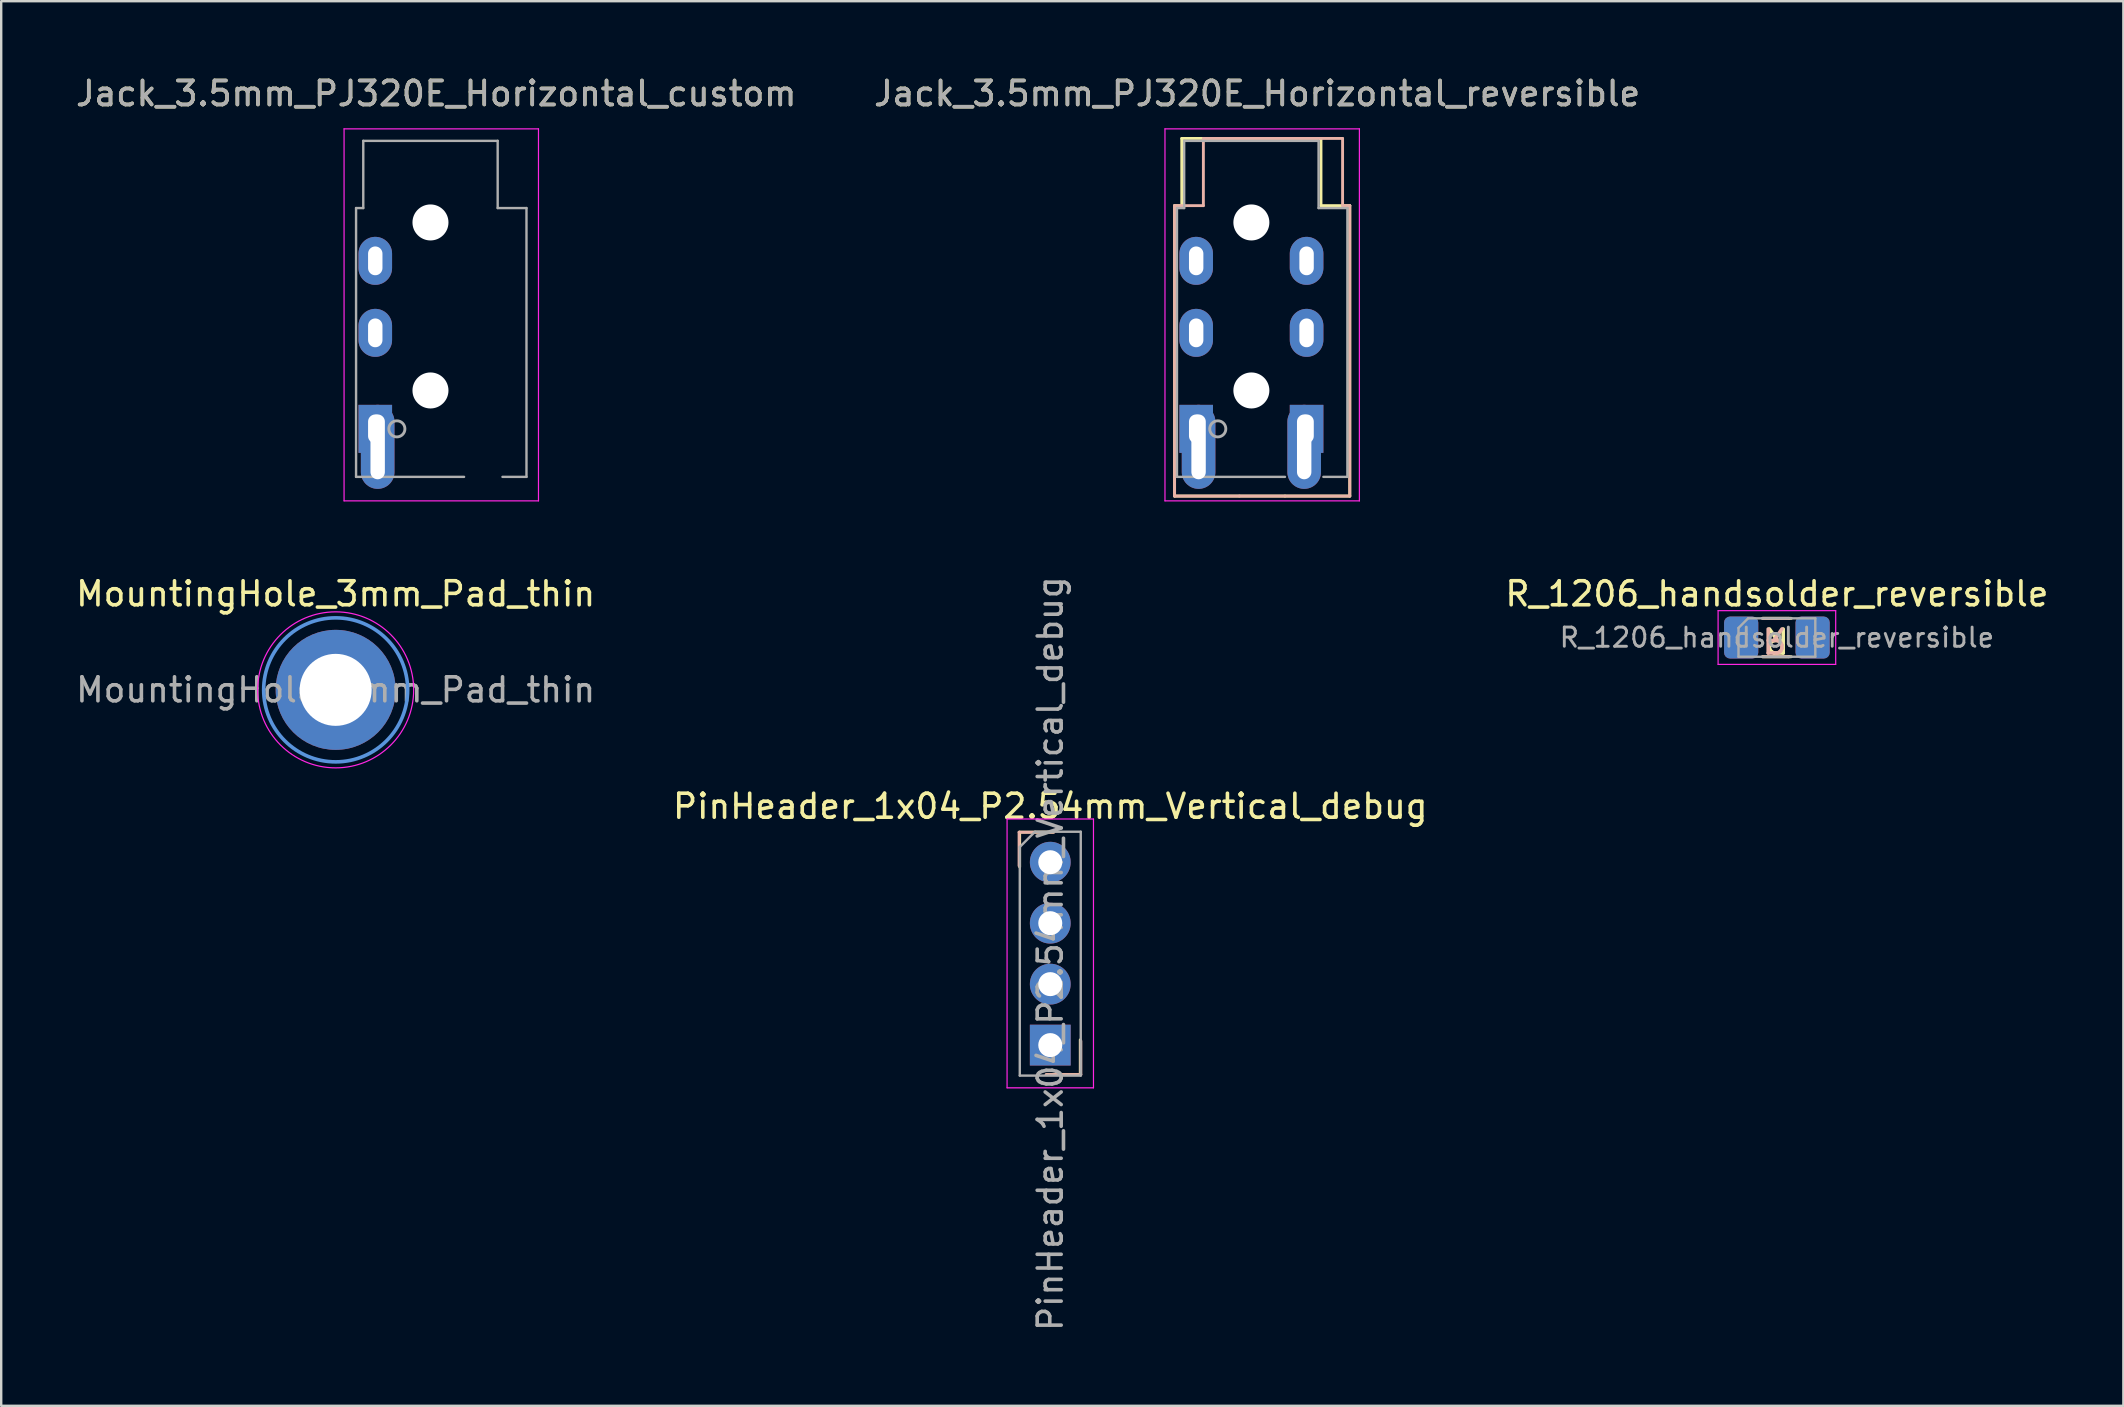
<source format=kicad_pcb>
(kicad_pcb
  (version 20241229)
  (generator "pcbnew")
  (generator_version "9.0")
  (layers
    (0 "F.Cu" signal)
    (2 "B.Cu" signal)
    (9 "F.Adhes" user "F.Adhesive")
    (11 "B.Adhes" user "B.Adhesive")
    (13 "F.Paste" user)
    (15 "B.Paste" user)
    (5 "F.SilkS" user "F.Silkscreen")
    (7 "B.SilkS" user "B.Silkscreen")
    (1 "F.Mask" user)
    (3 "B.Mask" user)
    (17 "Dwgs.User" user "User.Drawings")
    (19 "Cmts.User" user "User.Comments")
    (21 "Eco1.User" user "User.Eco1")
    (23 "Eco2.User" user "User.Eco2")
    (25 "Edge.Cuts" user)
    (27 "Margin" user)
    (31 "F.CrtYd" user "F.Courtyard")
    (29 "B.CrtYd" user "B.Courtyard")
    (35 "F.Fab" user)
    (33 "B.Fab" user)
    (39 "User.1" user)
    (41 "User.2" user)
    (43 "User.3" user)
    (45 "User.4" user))
  (footprint "Jack_3.5mm_PJ320E_Horizontal_reversible"
    (layer "F.Cu")
    (at 46.787 14.818)
    (property "Reference" "Jack_3.5mm_PJ320E_Horizontal_reversible" (at 2.54 -13.97 180) (layer "F.SilkS") (effects (font (size 1 1) (thickness 0.15))))
    (attr through_hole)
    (fp_line (start -0.9 -9.3) (end -0.9 2.8) (stroke (width 0.12) (type solid)) (layer "F.SilkS"))
    (fp_line (start -0.9 -9.3) (end -0.6 -9.3) (stroke (width 0.12) (type solid)) (layer "F.SilkS"))
    (fp_line (start -0.9 2.8) (end 3.7 2.8) (stroke (width 0.12) (type solid)) (layer "F.SilkS"))
    (fp_line (start -0.6 -9.3) (end -0.6 -12.1) (stroke (width 0.12) (type solid)) (layer "F.SilkS"))
    (fp_line (start 5.2 -12.1) (end -0.6 -12.1) (stroke (width 0.12) (type solid)) (layer "F.SilkS"))
    (fp_line (start 5.2 -9.3) (end 5.2 -12.1) (stroke (width 0.12) (type solid)) (layer "F.SilkS"))
    (fp_line (start 5.2 -9.3) (end 6.4 -9.3) (stroke (width 0.12) (type solid)) (layer "F.SilkS"))
    (fp_line (start 6.4 -9.3) (end 6.4 2.8) (stroke (width 0.12) (type solid)) (layer "F.SilkS"))
    (fp_line (start 6.4 2.8) (end 3.7 2.8) (stroke (width 0.12) (type solid)) (layer "F.SilkS"))
    (fp_line (start -0.9 -9.3) (end -0.9 2.8) (stroke (width 0.12) (type solid)) (layer "B.SilkS"))
    (fp_line (start -0.9 2.8) (end 1.8 2.8) (stroke (width 0.12) (type solid)) (layer "B.SilkS"))
    (fp_line (start 0.3 -12.1) (end 6.1 -12.1) (stroke (width 0.12) (type solid)) (layer "B.SilkS"))
    (fp_line (start 0.3 -9.3) (end -0.9 -9.3) (stroke (width 0.12) (type solid)) (layer "B.SilkS"))
    (fp_line (start 0.3 -9.3) (end 0.3 -12.1) (stroke (width 0.12) (type solid)) (layer "B.SilkS"))
    (fp_line (start 6.1 -9.3) (end 6.1 -12.1) (stroke (width 0.12) (type solid)) (layer "B.SilkS"))
    (fp_line (start 6.4 -9.3) (end 6.1 -9.3) (stroke (width 0.12) (type solid)) (layer "B.SilkS"))
    (fp_line (start 6.4 -9.3) (end 6.4 2.8) (stroke (width 0.12) (type solid)) (layer "B.SilkS"))
    (fp_line (start 6.4 2.8) (end 1.8 2.8) (stroke (width 0.12) (type solid)) (layer "B.SilkS"))
    (fp_line (start -1.3 -12.5) (end -1.3 3) (stroke (width 0.05) (type solid)) (layer "F.CrtYd"))
    (fp_line (start -1.3 -12.5) (end 6.8 -12.5) (stroke (width 0.05) (type solid)) (layer "F.CrtYd"))
    (fp_line (start -1.3 3) (end 6.8 3) (stroke (width 0.05) (type solid)) (layer "F.CrtYd"))
    (fp_line (start 6.8 -12.5) (end 6.8 3) (stroke (width 0.05) (type solid)) (layer "F.CrtYd"))
    (fp_line (start -0.8 -9.2) (end -0.5 -9.2) (stroke (width 0.1) (type solid)) (layer "F.Fab"))
    (fp_line (start -0.8 2) (end -0.8 -9.2) (stroke (width 0.1) (type solid)) (layer "F.Fab"))
    (fp_line (start -0.5 -12) (end 5.1 -12) (stroke (width 0.1) (type solid)) (layer "F.Fab"))
    (fp_line (start -0.5 -9.2) (end -0.5 -12) (stroke (width 0.1) (type solid)) (layer "F.Fab"))
    (fp_line (start 3.7 2) (end -0.8 2) (stroke (width 0.1) (type solid)) (layer "F.Fab"))
    (fp_line (start 5.1 -12) (end 5.1 -9.2) (stroke (width 0.1) (type solid)) (layer "F.Fab"))
    (fp_line (start 5.1 -9.2) (end 6.3 -9.2) (stroke (width 0.1) (type solid)) (layer "F.Fab"))
    (fp_line (start 6.3 -9.2) (end 6.3 2) (stroke (width 0.1) (type solid)) (layer "F.Fab"))
    (fp_line (start 6.3 2) (end 5.3 2) (stroke (width 0.1) (type solid)) (layer "F.Fab"))
    (fp_circle (center 0.9 0) (end 1.2 0.15) (stroke (width 0.12) (type solid)) (fill no) (layer "F.Fab"))
    (fp_text user "${REFERENCE}" (at 2.54 -13.97 180) (layer "F.Fab") (effects (font (size 1 1) (thickness 0.15))))
    (pad "" np_thru_hole oval (at 2.3 -8.6 270) (size 1.5 1.5) (drill oval 1.5) (layers "*.Cu" "*.Mask"))
    (pad "" np_thru_hole oval (at 2.3 -1.6 270) (size 1.5 1.5) (drill oval 1.5) (layers "*.Cu" "*.Mask"))
    (pad "R1" thru_hole oval (at 0 -4 270) (size 2 1.4) (drill oval 1.2 0.6) (layers "*.Cu" "*.Mask"))
    (pad "R1" thru_hole oval (at 4.6 -4 270) (size 2 1.4) (drill oval 1.2 0.6) (layers "*.Cu" "*.Mask"))
    (pad "R2" thru_hole oval (at 0 -7 270) (size 2 1.4) (drill oval 1.2 0.6) (layers "*.Cu" "*.Mask"))
    (pad "R2" thru_hole oval (at 4.6 -7 270) (size 2 1.4) (drill oval 1.2 0.6) (layers "*.Cu" "*.Mask"))
    (pad "T" thru_hole rect (at 0 0 270) (size 2 1.4) (drill oval 1.2 0.6) (layers "*.Cu" "*.Mask"))
    (pad "T" thru_hole oval (at 0.1 0.75 270) (size 3.5 1.4) (drill oval 2.7 0.6) (layers "*.Cu" "*.Mask"))
    (pad "T" thru_hole oval (at 4.5 0.75 270) (size 3.5 1.4) (drill oval 2.7 0.6) (layers "*.Cu" "*.Mask"))
    (pad "T" thru_hole rect (at 4.6 0 270) (size 2 1.4) (drill oval 1.2 0.6) (layers "*.Cu" "*.Mask")))
  (footprint "Jack_3.5mm_PJ320E_Horizontal_custom"
    (layer "F.Cu")
    (at 12.585 14.818)
    (property "Reference" "Jack_3.5mm_PJ320E_Horizontal_custom" (at 2.54 -13.97 180) (layer "F.SilkS") (effects (font (size 1 1) (thickness 0.15))))
    (attr through_hole)
    (fp_line (start -1.3 -12.5) (end -1.3 3) (stroke (width 0.05) (type solid)) (layer "F.CrtYd"))
    (fp_line (start -1.3 -12.5) (end 6.8 -12.5) (stroke (width 0.05) (type solid)) (layer "F.CrtYd"))
    (fp_line (start -1.3 3) (end 6.8 3) (stroke (width 0.05) (type solid)) (layer "F.CrtYd"))
    (fp_line (start 6.8 -12.5) (end 6.8 3) (stroke (width 0.05) (type solid)) (layer "F.CrtYd"))
    (fp_line (start -0.8 -9.2) (end -0.5 -9.2) (stroke (width 0.1) (type solid)) (layer "F.Fab"))
    (fp_line (start -0.8 2) (end -0.8 -9.2) (stroke (width 0.1) (type solid)) (layer "F.Fab"))
    (fp_line (start -0.5 -12) (end 5.1 -12) (stroke (width 0.1) (type solid)) (layer "F.Fab"))
    (fp_line (start -0.5 -9.2) (end -0.5 -12) (stroke (width 0.1) (type solid)) (layer "F.Fab"))
    (fp_line (start 3.7 2) (end -0.8 2) (stroke (width 0.1) (type solid)) (layer "F.Fab"))
    (fp_line (start 5.1 -12) (end 5.1 -9.2) (stroke (width 0.1) (type solid)) (layer "F.Fab"))
    (fp_line (start 5.1 -9.2) (end 6.3 -9.2) (stroke (width 0.1) (type solid)) (layer "F.Fab"))
    (fp_line (start 6.3 -9.2) (end 6.3 2) (stroke (width 0.1) (type solid)) (layer "F.Fab"))
    (fp_line (start 6.3 2) (end 5.3 2) (stroke (width 0.1) (type solid)) (layer "F.Fab"))
    (fp_circle (center 0.9 0) (end 1.2 0.15) (stroke (width 0.12) (type solid)) (fill no) (layer "F.Fab"))
    (fp_text user "${REFERENCE}" (at 2.54 -13.97 180) (layer "F.Fab") (effects (font (size 1 1) (thickness 0.15))))
    (pad "" np_thru_hole oval (at 2.3 -8.6 270) (size 1.5 1.5) (drill oval 1.5) (layers "*.Cu" "*.Mask"))
    (pad "" np_thru_hole oval (at 2.3 -1.6 270) (size 1.5 1.5) (drill oval 1.5) (layers "*.Cu" "*.Mask"))
    (pad "R1" thru_hole oval (at 0 -4 270) (size 2 1.4) (drill oval 1.2 0.6) (layers "*.Cu" "*.Mask"))
    (pad "R2" thru_hole oval (at 0 -7 270) (size 2 1.4) (drill oval 1.2 0.6) (layers "*.Cu" "*.Mask"))
    (pad "T" thru_hole rect (at 0 0 270) (size 2 1.4) (drill oval 1.2 0.6) (layers "*.Cu" "*.Mask"))
    (pad "T" thru_hole oval (at 0.1 0.75 270) (size 3.5 1.4) (drill oval 2.7 0.6) (layers "*.Cu" "*.Mask")))
  (footprint "PinHeader_1x04_P2.54mm_Vertical_debug"
    (layer "F.Cu")
    (at 40.708 32.873)
    (property "Reference" "PinHeader_1x04_P2.54mm_Vertical_debug" (at 0 -2.33 0) (layer "F.SilkS") (effects (font (size 1 1) (thickness 0.15))))
    (attr through_hole)
    (fp_line (start -1.275 -1.252) (end -1.275 0.198) (stroke (width 0.12) (type solid)) (layer "F.SilkS"))
    (fp_line (start -1.275 -1.252) (end 0.125 -1.252) (stroke (width 0.12) (type solid)) (layer "F.SilkS"))
    (fp_line (start 1.25 8.85) (end -0.15 8.85) (stroke (width 0.12) (type solid)) (layer "F.SilkS"))
    (fp_line (start 1.25 8.85) (end 1.25 7.4) (stroke (width 0.12) (type solid)) (layer "F.SilkS"))
    (fp_line (start -1.3 -1.25) (end -1.3 0.15) (stroke (width 0.12) (type solid)) (layer "B.SilkS"))
    (fp_line (start -1.3 -1.25) (end 0.15 -1.25) (stroke (width 0.12) (type solid)) (layer "B.SilkS"))
    (fp_line (start 1.275 8.848) (end -0.175 8.848) (stroke (width 0.12) (type solid)) (layer "B.SilkS"))
    (fp_line (start 1.275 8.848) (end 1.275 7.448) (stroke (width 0.12) (type solid)) (layer "B.SilkS"))
    (fp_line (start -1.8 -1.8) (end -1.8 9.4) (stroke (width 0.05) (type solid)) (layer "F.CrtYd"))
    (fp_line (start -1.8 9.4) (end 1.8 9.4) (stroke (width 0.05) (type solid)) (layer "F.CrtYd"))
    (fp_line (start 1.8 -1.8) (end -1.8 -1.8) (stroke (width 0.05) (type solid)) (layer "F.CrtYd"))
    (fp_line (start 1.8 9.4) (end 1.8 -1.8) (stroke (width 0.05) (type solid)) (layer "F.CrtYd"))
    (fp_line (start -1.27 -0.635) (end -0.635 -1.27) (stroke (width 0.1) (type solid)) (layer "F.Fab"))
    (fp_line (start -1.27 8.89) (end -1.27 -0.635) (stroke (width 0.1) (type solid)) (layer "F.Fab"))
    (fp_line (start -0.635 -1.27) (end 1.27 -1.27) (stroke (width 0.1) (type solid)) (layer "F.Fab"))
    (fp_line (start 1.27 -1.27) (end 1.27 8.89) (stroke (width 0.1) (type solid)) (layer "F.Fab"))
    (fp_line (start 1.27 8.89) (end -1.27 8.89) (stroke (width 0.1) (type solid)) (layer "F.Fab"))
    (fp_text user "${REFERENCE}" (at 0 3.81 270) (layer "F.Fab") (effects (font (size 1 1) (thickness 0.15))))
    (pad "1" thru_hole circle (at 0 0) (size 1.7 1.7) (drill 1) (layers "*.Cu" "*.Mask"))
    (pad "2" thru_hole oval (at 0 2.54) (size 1.7 1.7) (drill 1) (layers "*.Cu" "*.Mask"))
    (pad "3" thru_hole oval (at 0 5.08) (size 1.7 1.7) (drill 1) (layers "*.Cu" "*.Mask"))
    (pad "4" thru_hole rect (at 0 7.62) (size 1.7 1.7) (drill 1) (layers "*.Cu" "*.Mask")))
  (footprint "MountingHole_3mm_Pad_thin"
    (layer "F.Cu")
    (at 10.935 25.692)
    (property "Reference" "MountingHole_3mm_Pad_thin" (at 0 -4 0) (layer "F.SilkS") (effects (font (size 1 1) (thickness 0.15))))
    (attr exclude_from_pos_files)
    (fp_circle (center 0 0) (end 3 0) (stroke (width 0.15) (type solid)) (fill no) (layer "Cmts.User"))
    (fp_circle (center 0 0) (end 3.25 0) (stroke (width 0.05) (type solid)) (fill no) (layer "F.CrtYd"))
    (fp_text user "${REFERENCE}" (at 0 0 0) (layer "F.Fab") (effects (font (size 1 1) (thickness 0.15))))
    (pad "1" thru_hole circle (at 0 0) (size 5 5) (drill 3) (layers "*.Cu" "*.Mask")))
  (footprint "R_1206_handsolder_reversible"
    (layer "F.Cu")
    (at 70.982 23.512)
    (property "Reference" "R_1206_handsolder_reversible" (at 0 -1.82 0) (layer "F.SilkS") (effects (font (size 1 1) (thickness 0.15))))
    (attr smd)
    (fp_line (start -0.6 -0.8) (end 0.5 -0.8) (stroke (width 0.12) (type solid)) (layer "F.SilkS"))
    (fp_line (start -0.6 0.8) (end 0.5 0.8) (stroke (width 0.12) (type solid)) (layer "F.SilkS"))
    (fp_line (start 0.5 -0.8) (end 0.6 -0.8) (stroke (width 0.12) (type solid)) (layer "F.SilkS"))
    (fp_line (start 0.5 0.8) (end 0.6 0.8) (stroke (width 0.12) (type solid)) (layer "F.SilkS"))
    (fp_line (start 0.5 -0.8) (end -0.6 -0.8) (stroke (width 0.12) (type solid)) (layer "B.SilkS"))
    (fp_line (start 0.5 0.8) (end -0.6 0.8) (stroke (width 0.12) (type solid)) (layer "B.SilkS"))
    (fp_line (start -2.45 -1.12) (end 2.45 -1.12) (stroke (width 0.05) (type solid)) (layer "F.CrtYd"))
    (fp_line (start -2.45 1.12) (end -2.45 -1.12) (stroke (width 0.05) (type solid)) (layer "F.CrtYd"))
    (fp_line (start 2.45 -1.12) (end 2.45 1.12) (stroke (width 0.05) (type solid)) (layer "F.CrtYd"))
    (fp_line (start 2.45 1.12) (end -2.45 1.12) (stroke (width 0.05) (type solid)) (layer "F.CrtYd"))
    (fp_line (start -1.6 -0.4) (end -1.6 0.8) (stroke (width 0.1) (type solid)) (layer "F.Fab"))
    (fp_line (start -1.6 0.8) (end 1.6 0.8) (stroke (width 0.1) (type solid)) (layer "F.Fab"))
    (fp_line (start -1.2 -0.8) (end -1.6 -0.4) (stroke (width 0.1) (type solid)) (layer "F.Fab"))
    (fp_line (start 1.6 -0.8) (end -1.2 -0.8) (stroke (width 0.1) (type solid)) (layer "F.Fab"))
    (fp_line (start 1.6 0.8) (end 1.6 -0.8) (stroke (width 0.1) (type solid)) (layer "F.Fab"))
    (fp_text user "R" (at 0 0.1 180) (unlocked yes) (layer "F.SilkS") (effects (font (size 1 1) (thickness 0.15))))
    (fp_text user "R" (at -0.1 0.1 180) (unlocked yes) (layer "B.SilkS") (effects (font (size 1 1) (thickness 0.15)) (justify mirror)))
    (fp_text user "${REFERENCE}" (at 0 0 0) (layer "F.Fab") (effects (font (size 0.8 0.8) (thickness 0.12))))
    (pad "1" smd roundrect (at -1.488 0 180) (size 1.425 1.75) (layers "F.Cu" "F.Mask" "F.Paste") (roundrect_rratio 0.175))
    (pad "1" smd roundrect (at -1.488 0 180) (size 1.425 1.75) (layers "B.Cu" "B.Mask" "B.Paste") (roundrect_rratio 0.175))
    (pad "2" smd roundrect (at 1.488 0 180) (size 1.425 1.75) (layers "F.Cu" "F.Mask" "F.Paste") (roundrect_rratio 0.175))
    (pad "2" smd roundrect (at 1.488 0 180) (size 1.425 1.75) (layers "B.Cu" "B.Mask" "B.Paste") (roundrect_rratio 0.175)))
  (gr_rect
    (start -3 -3)
    (end 85.417 55.522)
    (stroke (width 0.1) (type default))
    (fill no)
    (layer "Edge.Cuts")))
</source>
